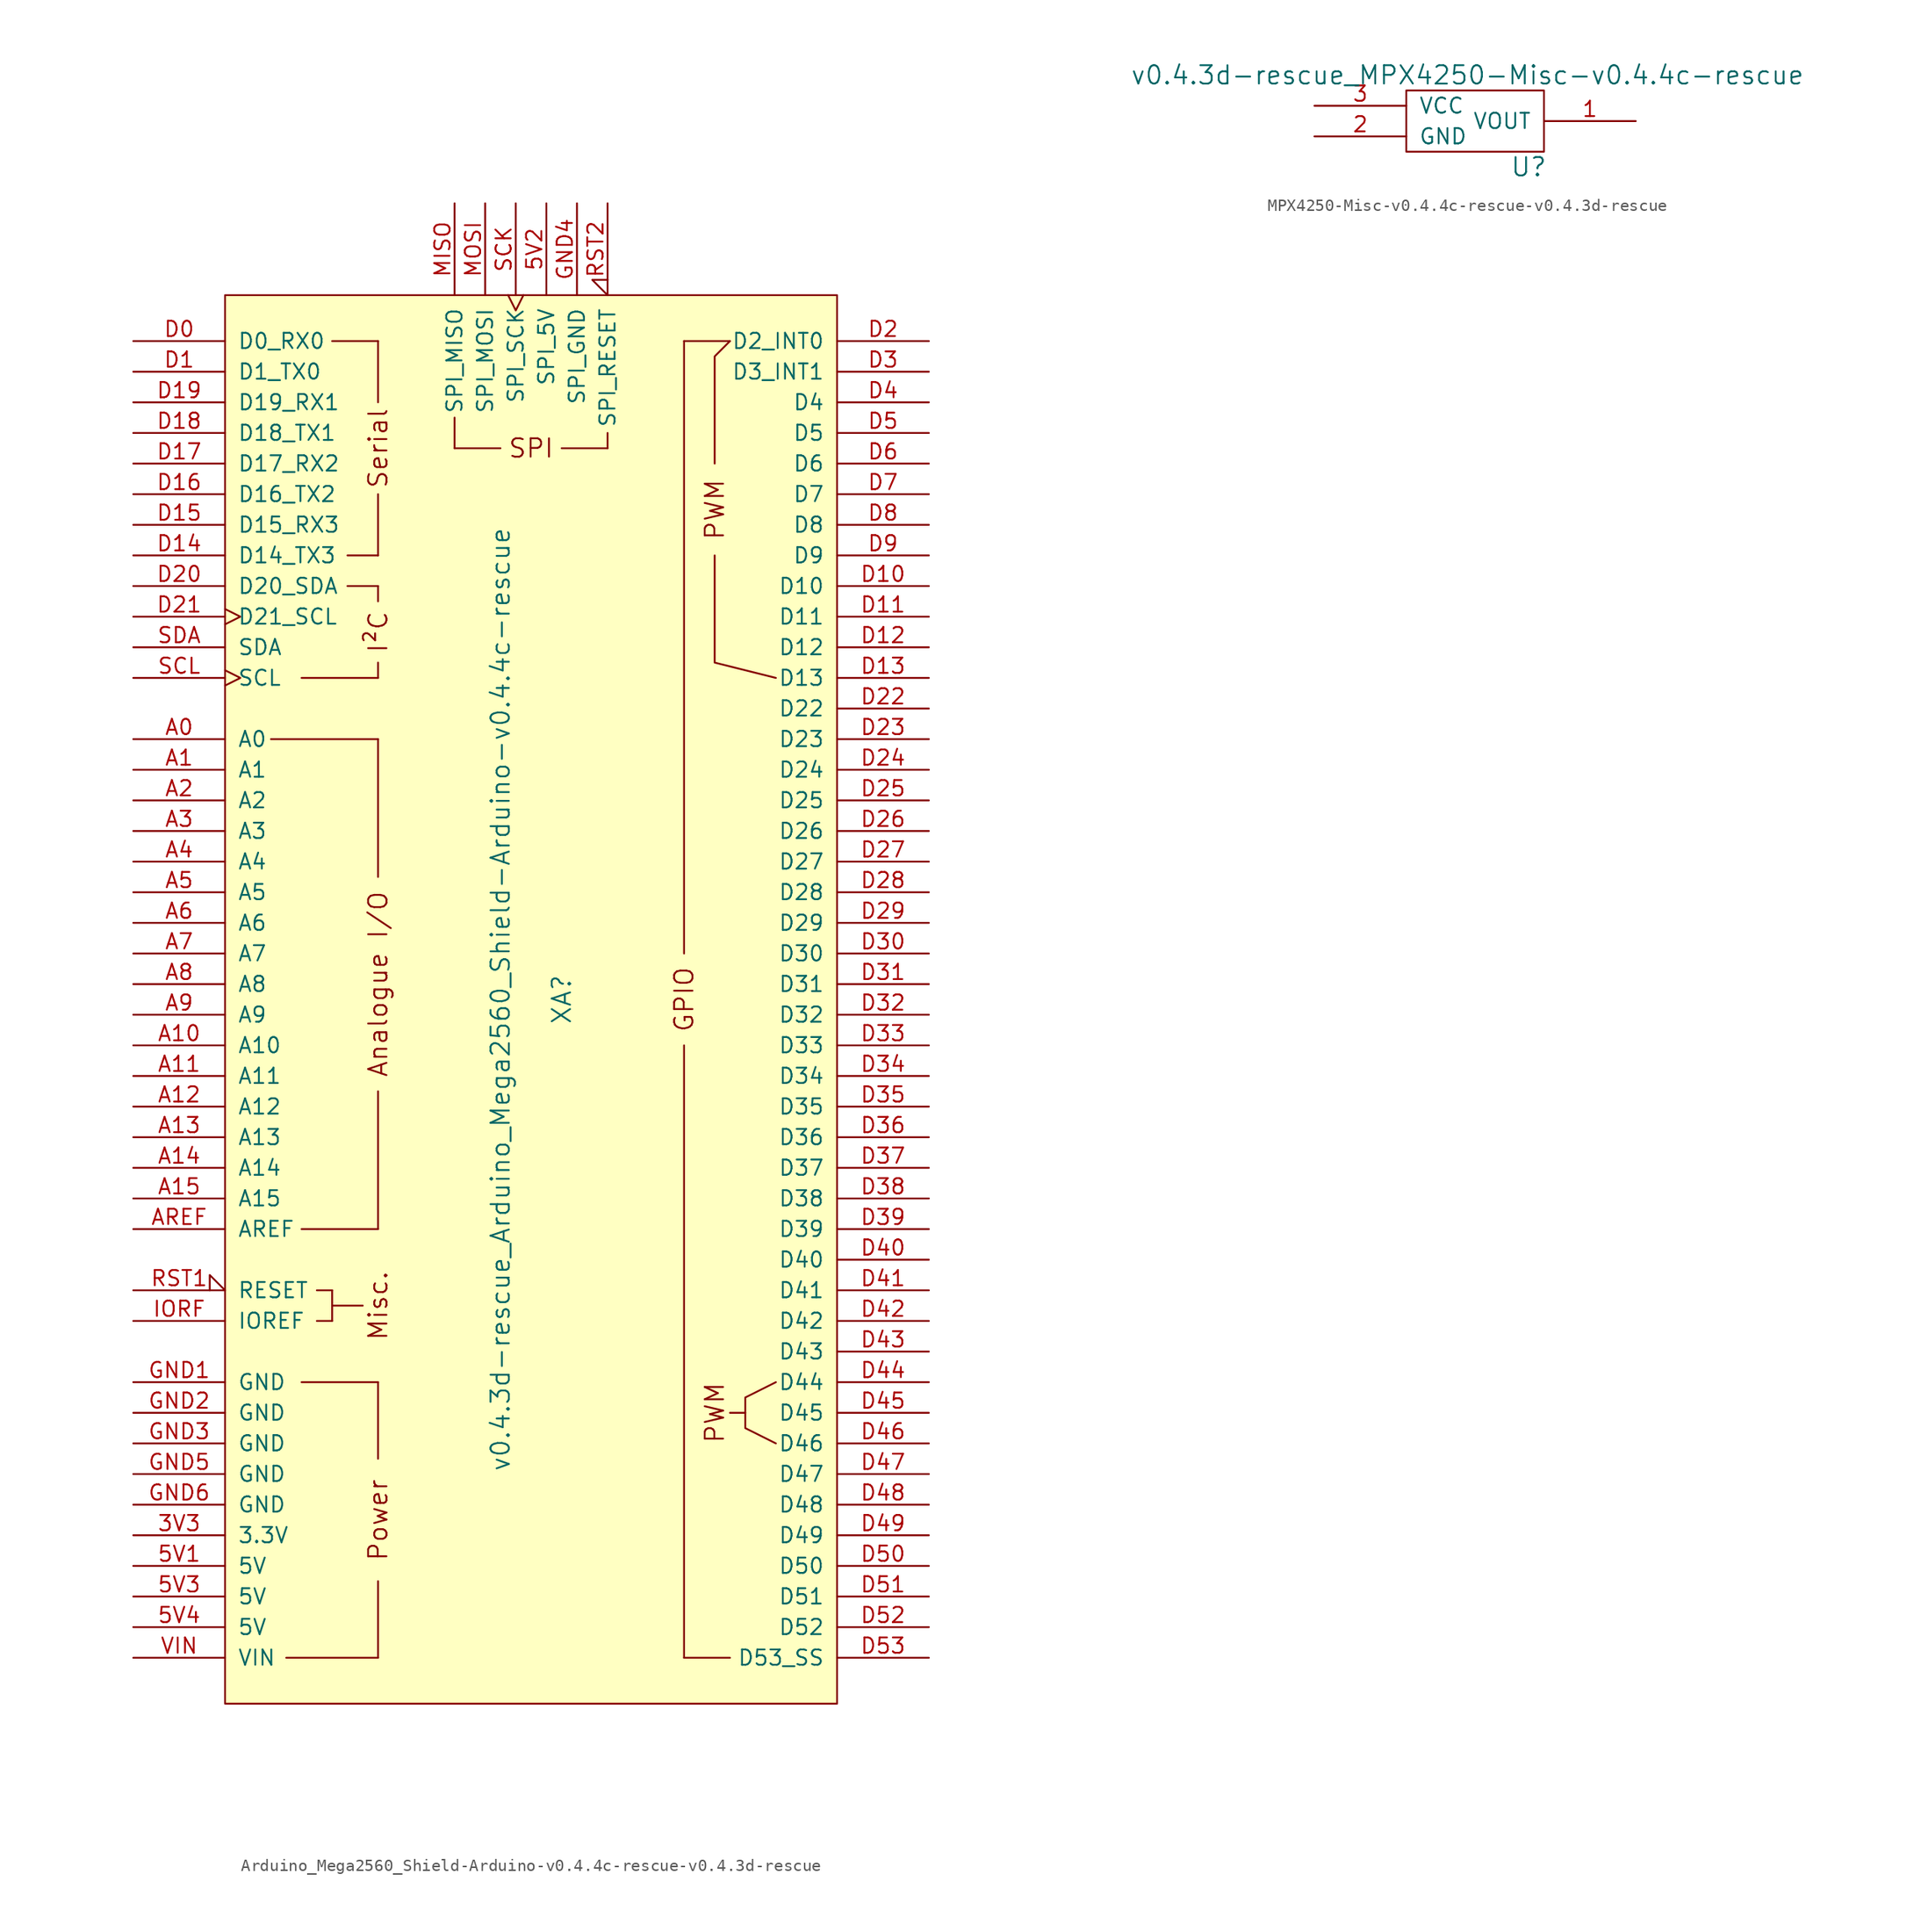
<source format=kicad_sym>
(kicad_symbol_lib
  (version 20220914)
  (generator kicad_symbol_editor)
  (symbol "Arduino_Mega2560_Shield-Arduino-v0.4.4c-rescue-v0.4.3d-rescue"
    (pin_names
      (offset 1.016))
    (property "Reference" "XA"
      (at 2.54 0 90)
      (effects (font (size 1.524 1.524))))
    (property "Value" "v0.4.3d-rescue_Arduino_Mega2560_Shield-Arduino-v0.4.4c-rescue"
      (at -2.54 0 90)
      (effects (font (size 1.524 1.524))))
    (symbol "Arduino_Mega2560_Shield-Arduino-v0.4.4c-rescue-v0.4.3d-rescue_0_0"
      (rectangle (start -25.4 -58.42) (end 25.4 58.42) (stroke (width 0) (type solid)) (fill (type background)))
      (rectangle (start -20.32 -54.61) (end -12.7 -54.61) (stroke (width 0) (type solid)) (fill (type none)))
      (rectangle (start -19.05 -31.75) (end -12.7 -31.75) (stroke (width 0) (type solid)) (fill (type none)))
      (rectangle (start -19.05 -19.05) (end -12.7 -19.05) (stroke (width 0) (type solid)) (fill (type none)))
      (rectangle (start -19.05 26.67) (end -12.7 26.67) (stroke (width 0) (type solid)) (fill (type none)))
      (rectangle (start -17.78 -26.67) (end -16.51 -26.67) (stroke (width 0) (type solid)) (fill (type none)))
      (rectangle (start -17.78 -24.13) (end -16.51 -24.13) (stroke (width 0) (type solid)) (fill (type none)))
      (rectangle (start -16.51 -25.4) (end -13.97 -25.4) (stroke (width 0) (type solid)) (fill (type none)))
      (rectangle (start -16.51 -24.13) (end -16.51 -26.67) (stroke (width 0) (type solid)) (fill (type none)))
      (rectangle (start -16.51 54.61) (end -12.7 54.61) (stroke (width 0) (type solid)) (fill (type none)))
      (rectangle (start -15.24 34.29) (end -12.7 34.29) (stroke (width 0) (type solid)) (fill (type none)))
      (rectangle (start -15.24 36.83) (end -12.7 36.83) (stroke (width 0) (type solid)) (fill (type none)))
      (rectangle (start -12.7 -54.61) (end -12.7 -48.26) (stroke (width 0) (type solid)) (fill (type none)))
      (rectangle (start -12.7 -31.75) (end -12.7 -38.1) (stroke (width 0) (type solid)) (fill (type none)))
      (rectangle (start -12.7 26.67) (end -12.7 27.94) (stroke (width 0) (type solid)) (fill (type none)))
      (rectangle (start -12.7 34.29) (end -12.7 33.02) (stroke (width 0) (type solid)) (fill (type none)))
      (rectangle (start -12.7 41.91) (end -12.7 36.83) (stroke (width 0) (type solid)) (fill (type none)))
      (rectangle (start -12.7 49.53) (end -12.7 54.61) (stroke (width 0) (type solid)) (fill (type none)))
      (rectangle (start -6.35 48.26) (end -6.35 45.72) (stroke (width 0) (type solid)) (fill (type none)))
      (rectangle (start -2.54 45.72) (end -6.35 45.72) (stroke (width 0) (type solid)) (fill (type none)))
      (polyline (pts (xy -21.59 21.59) (xy -12.7 21.59)) (stroke (width 0) (type solid)) (fill (type none)))
      (polyline (pts (xy -12.7 -19.05) (xy -12.7 -7.62)) (stroke (width 0) (type solid)) (fill (type none)))
      (polyline (pts (xy -12.7 10.16) (xy -12.7 21.59)) (stroke (width 0) (type solid)) (fill (type none)))
      (polyline (pts (xy 12.7 -54.61) (xy 16.51 -54.61)) (stroke (width 0) (type solid)) (fill (type none)))
      (polyline (pts (xy 12.7 54.61) (xy 16.51 54.61)) (stroke (width 0) (type solid)) (fill (type none)))
      (polyline (pts (xy 17.78 -34.29) (xy 16.51 -34.29)) (stroke (width 0) (type solid)) (fill (type none)))
      (polyline (pts (xy 15.24 36.83) (xy 15.24 27.94) (xy 20.32 26.67)) (stroke (width 0) (type solid)) (fill (type none)))
      (polyline (pts (xy 15.24 44.45) (xy 15.24 53.34) (xy 16.51 54.61)) (stroke (width 0) (type solid)) (fill (type none)))
      (polyline (pts (xy 20.32 -31.75) (xy 17.78 -33.02) (xy 17.78 -35.56) (xy 20.32 -36.83)) (stroke (width 0) (type solid)) (fill (type none)))
      (rectangle (start 6.35 45.72) (end 2.54 45.72) (stroke (width 0) (type solid)) (fill (type none)))
      (rectangle (start 6.35 46.99) (end 6.35 45.72) (stroke (width 0) (type solid)) (fill (type none)))
      (text "Analogue I/O" (at -12.7 1.27 900) (effects (font (size 1.524 1.524))))
      (text "I²C" (at -12.7 30.48 900) (effects (font (size 1.524 1.524))))
      (text "Misc." (at -12.7 -25.4 900) (effects (font (size 1.524 1.524))))
      (text "Power" (at -12.7 -43.18 900) (effects (font (size 1.524 1.524))))
      (text "PWM" (at 15.24 -34.29 900) (effects (font (size 1.524 1.524))))
      (text "PWM" (at 15.24 40.64 900) (effects (font (size 1.524 1.524))))
      (text "Serial" (at -12.7 45.72 900) (effects (font (size 1.524 1.524))))
      (text "SPI" (at 0 45.72 0) (effects (font (size 1.524 1.524)))))
    (symbol "Arduino_Mega2560_Shield-Arduino-v0.4.4c-rescue-v0.4.3d-rescue_1_0"
      (rectangle (start 12.7 -54.61) (end 12.7 -3.81) (stroke (width 0) (type solid)) (fill (type none)))
      (rectangle (start 12.7 54.61) (end 12.7 3.81) (stroke (width 0) (type solid)) (fill (type none)))
      (text "GPIO" (at 12.7 0 900) (effects (font (size 1.524 1.524)))))
    (symbol "Arduino_Mega2560_Shield-Arduino-v0.4.4c-rescue-v0.4.3d-rescue_1_1"
      (pin power_in line (at -33.02 -44.45 0) (length 7.62) (name "3.3V" (effects (font (size 1.27 1.27)))) (number "3V3" (effects (font (size 1.27 1.27)))))
      (pin power_in line (at -33.02 -46.99 0) (length 7.62) (name "5V" (effects (font (size 1.27 1.27)))) (number "5V1" (effects (font (size 1.27 1.27)))))
      (pin power_in line (at 1.27 66.04 270) (length 7.62) (name "SPI_5V" (effects (font (size 1.27 1.27)))) (number "5V2" (effects (font (size 1.27 1.27)))))
      (pin power_in line (at -33.02 -49.53 0) (length 7.62) (name "5V" (effects (font (size 1.27 1.27)))) (number "5V3" (effects (font (size 1.27 1.27)))))
      (pin power_in line (at -33.02 -52.07 0) (length 7.62) (name "5V" (effects (font (size 1.27 1.27)))) (number "5V4" (effects (font (size 1.27 1.27)))))
      (pin bidirectional line (at -33.02 21.59 0) (length 7.62) (name "A0" (effects (font (size 1.27 1.27)))) (number "A0" (effects (font (size 1.27 1.27)))))
      (pin bidirectional line (at -33.02 19.05 0) (length 7.62) (name "A1" (effects (font (size 1.27 1.27)))) (number "A1" (effects (font (size 1.27 1.27)))))
      (pin bidirectional line (at -33.02 -3.81 0) (length 7.62) (name "A10" (effects (font (size 1.27 1.27)))) (number "A10" (effects (font (size 1.27 1.27)))))
      (pin bidirectional line (at -33.02 -6.35 0) (length 7.62) (name "A11" (effects (font (size 1.27 1.27)))) (number "A11" (effects (font (size 1.27 1.27)))))
      (pin bidirectional line (at -33.02 -8.89 0) (length 7.62) (name "A12" (effects (font (size 1.27 1.27)))) (number "A12" (effects (font (size 1.27 1.27)))))
      (pin bidirectional line (at -33.02 -11.43 0) (length 7.62) (name "A13" (effects (font (size 1.27 1.27)))) (number "A13" (effects (font (size 1.27 1.27)))))
      (pin bidirectional line (at -33.02 -13.97 0) (length 7.62) (name "A14" (effects (font (size 1.27 1.27)))) (number "A14" (effects (font (size 1.27 1.27)))))
      (pin bidirectional line (at -33.02 -16.51 0) (length 7.62) (name "A15" (effects (font (size 1.27 1.27)))) (number "A15" (effects (font (size 1.27 1.27)))))
      (pin bidirectional line (at -33.02 16.51 0) (length 7.62) (name "A2" (effects (font (size 1.27 1.27)))) (number "A2" (effects (font (size 1.27 1.27)))))
      (pin bidirectional line (at -33.02 13.97 0) (length 7.62) (name "A3" (effects (font (size 1.27 1.27)))) (number "A3" (effects (font (size 1.27 1.27)))))
      (pin bidirectional line (at -33.02 11.43 0) (length 7.62) (name "A4" (effects (font (size 1.27 1.27)))) (number "A4" (effects (font (size 1.27 1.27)))))
      (pin bidirectional line (at -33.02 8.89 0) (length 7.62) (name "A5" (effects (font (size 1.27 1.27)))) (number "A5" (effects (font (size 1.27 1.27)))))
      (pin bidirectional line (at -33.02 6.35 0) (length 7.62) (name "A6" (effects (font (size 1.27 1.27)))) (number "A6" (effects (font (size 1.27 1.27)))))
      (pin bidirectional line (at -33.02 3.81 0) (length 7.62) (name "A7" (effects (font (size 1.27 1.27)))) (number "A7" (effects (font (size 1.27 1.27)))))
      (pin bidirectional line (at -33.02 1.27 0) (length 7.62) (name "A8" (effects (font (size 1.27 1.27)))) (number "A8" (effects (font (size 1.27 1.27)))))
      (pin bidirectional line (at -33.02 -1.27 0) (length 7.62) (name "A9" (effects (font (size 1.27 1.27)))) (number "A9" (effects (font (size 1.27 1.27)))))
      (pin input line (at -33.02 -19.05 0) (length 7.62) (name "AREF" (effects (font (size 1.27 1.27)))) (number "AREF" (effects (font (size 1.27 1.27)))))
      (pin bidirectional line (at -33.02 54.61 0) (length 7.62) (name "D0_RX0" (effects (font (size 1.27 1.27)))) (number "D0" (effects (font (size 1.27 1.27)))))
      (pin bidirectional line (at -33.02 52.07 0) (length 7.62) (name "D1_TX0" (effects (font (size 1.27 1.27)))) (number "D1" (effects (font (size 1.27 1.27)))))
      (pin bidirectional line (at 33.02 34.29 180) (length 7.62) (name "D10" (effects (font (size 1.27 1.27)))) (number "D10" (effects (font (size 1.27 1.27)))))
      (pin bidirectional line (at 33.02 31.75 180) (length 7.62) (name "D11" (effects (font (size 1.27 1.27)))) (number "D11" (effects (font (size 1.27 1.27)))))
      (pin bidirectional line (at 33.02 29.21 180) (length 7.62) (name "D12" (effects (font (size 1.27 1.27)))) (number "D12" (effects (font (size 1.27 1.27)))))
      (pin bidirectional line (at 33.02 26.67 180) (length 7.62) (name "D13" (effects (font (size 1.27 1.27)))) (number "D13" (effects (font (size 1.27 1.27)))))
      (pin bidirectional line (at -33.02 36.83 0) (length 7.62) (name "D14_TX3" (effects (font (size 1.27 1.27)))) (number "D14" (effects (font (size 1.27 1.27)))))
      (pin bidirectional line (at -33.02 39.37 0) (length 7.62) (name "D15_RX3" (effects (font (size 1.27 1.27)))) (number "D15" (effects (font (size 1.27 1.27)))))
      (pin bidirectional line (at -33.02 41.91 0) (length 7.62) (name "D16_TX2" (effects (font (size 1.27 1.27)))) (number "D16" (effects (font (size 1.27 1.27)))))
      (pin bidirectional line (at -33.02 44.45 0) (length 7.62) (name "D17_RX2" (effects (font (size 1.27 1.27)))) (number "D17" (effects (font (size 1.27 1.27)))))
      (pin bidirectional line (at -33.02 46.99 0) (length 7.62) (name "D18_TX1" (effects (font (size 1.27 1.27)))) (number "D18" (effects (font (size 1.27 1.27)))))
      (pin bidirectional line (at -33.02 49.53 0) (length 7.62) (name "D19_RX1" (effects (font (size 1.27 1.27)))) (number "D19" (effects (font (size 1.27 1.27)))))
      (pin bidirectional line (at 33.02 54.61 180) (length 7.62) (name "D2_INT0" (effects (font (size 1.27 1.27)))) (number "D2" (effects (font (size 1.27 1.27)))))
      (pin bidirectional line (at -33.02 34.29 0) (length 7.62) (name "D20_SDA" (effects (font (size 1.27 1.27)))) (number "D20" (effects (font (size 1.27 1.27)))))
      (pin bidirectional clock (at -33.02 31.75 0) (length 7.62) (name "D21_SCL" (effects (font (size 1.27 1.27)))) (number "D21" (effects (font (size 1.27 1.27)))))
      (pin bidirectional line (at 33.02 24.13 180) (length 7.62) (name "D22" (effects (font (size 1.27 1.27)))) (number "D22" (effects (font (size 1.27 1.27)))))
      (pin bidirectional line (at 33.02 21.59 180) (length 7.62) (name "D23" (effects (font (size 1.27 1.27)))) (number "D23" (effects (font (size 1.27 1.27)))))
      (pin bidirectional line (at 33.02 19.05 180) (length 7.62) (name "D24" (effects (font (size 1.27 1.27)))) (number "D24" (effects (font (size 1.27 1.27)))))
      (pin bidirectional line (at 33.02 16.51 180) (length 7.62) (name "D25" (effects (font (size 1.27 1.27)))) (number "D25" (effects (font (size 1.27 1.27)))))
      (pin bidirectional line (at 33.02 13.97 180) (length 7.62) (name "D26" (effects (font (size 1.27 1.27)))) (number "D26" (effects (font (size 1.27 1.27)))))
      (pin bidirectional line (at 33.02 11.43 180) (length 7.62) (name "D27" (effects (font (size 1.27 1.27)))) (number "D27" (effects (font (size 1.27 1.27)))))
      (pin bidirectional line (at 33.02 8.89 180) (length 7.62) (name "D28" (effects (font (size 1.27 1.27)))) (number "D28" (effects (font (size 1.27 1.27)))))
      (pin bidirectional line (at 33.02 6.35 180) (length 7.62) (name "D29" (effects (font (size 1.27 1.27)))) (number "D29" (effects (font (size 1.27 1.27)))))
      (pin bidirectional line (at 33.02 52.07 180) (length 7.62) (name "D3_INT1" (effects (font (size 1.27 1.27)))) (number "D3" (effects (font (size 1.27 1.27)))))
      (pin bidirectional line (at 33.02 3.81 180) (length 7.62) (name "D30" (effects (font (size 1.27 1.27)))) (number "D30" (effects (font (size 1.27 1.27)))))
      (pin bidirectional line (at 33.02 1.27 180) (length 7.62) (name "D31" (effects (font (size 1.27 1.27)))) (number "D31" (effects (font (size 1.27 1.27)))))
      (pin bidirectional line (at 33.02 -1.27 180) (length 7.62) (name "D32" (effects (font (size 1.27 1.27)))) (number "D32" (effects (font (size 1.27 1.27)))))
      (pin bidirectional line (at 33.02 -3.81 180) (length 7.62) (name "D33" (effects (font (size 1.27 1.27)))) (number "D33" (effects (font (size 1.27 1.27)))))
      (pin bidirectional line (at 33.02 -6.35 180) (length 7.62) (name "D34" (effects (font (size 1.27 1.27)))) (number "D34" (effects (font (size 1.27 1.27)))))
      (pin bidirectional line (at 33.02 -8.89 180) (length 7.62) (name "D35" (effects (font (size 1.27 1.27)))) (number "D35" (effects (font (size 1.27 1.27)))))
      (pin bidirectional line (at 33.02 -11.43 180) (length 7.62) (name "D36" (effects (font (size 1.27 1.27)))) (number "D36" (effects (font (size 1.27 1.27)))))
      (pin bidirectional line (at 33.02 -13.97 180) (length 7.62) (name "D37" (effects (font (size 1.27 1.27)))) (number "D37" (effects (font (size 1.27 1.27)))))
      (pin bidirectional line (at 33.02 -16.51 180) (length 7.62) (name "D38" (effects (font (size 1.27 1.27)))) (number "D38" (effects (font (size 1.27 1.27)))))
      (pin bidirectional line (at 33.02 -19.05 180) (length 7.62) (name "D39" (effects (font (size 1.27 1.27)))) (number "D39" (effects (font (size 1.27 1.27)))))
      (pin bidirectional line (at 33.02 49.53 180) (length 7.62) (name "D4" (effects (font (size 1.27 1.27)))) (number "D4" (effects (font (size 1.27 1.27)))))
      (pin bidirectional line (at 33.02 -21.59 180) (length 7.62) (name "D40" (effects (font (size 1.27 1.27)))) (number "D40" (effects (font (size 1.27 1.27)))))
      (pin bidirectional line (at 33.02 -24.13 180) (length 7.62) (name "D41" (effects (font (size 1.27 1.27)))) (number "D41" (effects (font (size 1.27 1.27)))))
      (pin bidirectional line (at 33.02 -26.67 180) (length 7.62) (name "D42" (effects (font (size 1.27 1.27)))) (number "D42" (effects (font (size 1.27 1.27)))))
      (pin bidirectional line (at 33.02 -29.21 180) (length 7.62) (name "D43" (effects (font (size 1.27 1.27)))) (number "D43" (effects (font (size 1.27 1.27)))))
      (pin bidirectional line (at 33.02 -31.75 180) (length 7.62) (name "D44" (effects (font (size 1.27 1.27)))) (number "D44" (effects (font (size 1.27 1.27)))))
      (pin bidirectional line (at 33.02 -34.29 180) (length 7.62) (name "D45" (effects (font (size 1.27 1.27)))) (number "D45" (effects (font (size 1.27 1.27)))))
      (pin bidirectional line (at 33.02 -36.83 180) (length 7.62) (name "D46" (effects (font (size 1.27 1.27)))) (number "D46" (effects (font (size 1.27 1.27)))))
      (pin bidirectional line (at 33.02 -39.37 180) (length 7.62) (name "D47" (effects (font (size 1.27 1.27)))) (number "D47" (effects (font (size 1.27 1.27)))))
      (pin bidirectional line (at 33.02 -41.91 180) (length 7.62) (name "D48" (effects (font (size 1.27 1.27)))) (number "D48" (effects (font (size 1.27 1.27)))))
      (pin bidirectional line (at 33.02 -44.45 180) (length 7.62) (name "D49" (effects (font (size 1.27 1.27)))) (number "D49" (effects (font (size 1.27 1.27)))))
      (pin bidirectional line (at 33.02 46.99 180) (length 7.62) (name "D5" (effects (font (size 1.27 1.27)))) (number "D5" (effects (font (size 1.27 1.27)))))
      (pin bidirectional line (at 33.02 -46.99 180) (length 7.62) (name "D50" (effects (font (size 1.27 1.27)))) (number "D50" (effects (font (size 1.27 1.27)))))
      (pin bidirectional line (at 33.02 -49.53 180) (length 7.62) (name "D51" (effects (font (size 1.27 1.27)))) (number "D51" (effects (font (size 1.27 1.27)))))
      (pin bidirectional line (at 33.02 -52.07 180) (length 7.62) (name "D52" (effects (font (size 1.27 1.27)))) (number "D52" (effects (font (size 1.27 1.27)))))
      (pin bidirectional line (at 33.02 -54.61 180) (length 7.62) (name "D53_SS" (effects (font (size 1.27 1.27)))) (number "D53" (effects (font (size 1.27 1.27)))))
      (pin bidirectional line (at 33.02 44.45 180) (length 7.62) (name "D6" (effects (font (size 1.27 1.27)))) (number "D6" (effects (font (size 1.27 1.27)))))
      (pin bidirectional line (at 33.02 41.91 180) (length 7.62) (name "D7" (effects (font (size 1.27 1.27)))) (number "D7" (effects (font (size 1.27 1.27)))))
      (pin bidirectional line (at 33.02 39.37 180) (length 7.62) (name "D8" (effects (font (size 1.27 1.27)))) (number "D8" (effects (font (size 1.27 1.27)))))
      (pin bidirectional line (at 33.02 36.83 180) (length 7.62) (name "D9" (effects (font (size 1.27 1.27)))) (number "D9" (effects (font (size 1.27 1.27)))))
      (pin power_in line (at -33.02 -31.75 0) (length 7.62) (name "GND" (effects (font (size 1.27 1.27)))) (number "GND1" (effects (font (size 1.27 1.27)))))
      (pin power_in line (at -33.02 -34.29 0) (length 7.62) (name "GND" (effects (font (size 1.27 1.27)))) (number "GND2" (effects (font (size 1.27 1.27)))))
      (pin power_in line (at -33.02 -36.83 0) (length 7.62) (name "GND" (effects (font (size 1.27 1.27)))) (number "GND3" (effects (font (size 1.27 1.27)))))
      (pin power_in line (at 3.81 66.04 270) (length 7.62) (name "SPI_GND" (effects (font (size 1.27 1.27)))) (number "GND4" (effects (font (size 1.27 1.27)))))
      (pin power_in line (at -33.02 -39.37 0) (length 7.62) (name "GND" (effects (font (size 1.27 1.27)))) (number "GND5" (effects (font (size 1.27 1.27)))))
      (pin power_in line (at -33.02 -41.91 0) (length 7.62) (name "GND" (effects (font (size 1.27 1.27)))) (number "GND6" (effects (font (size 1.27 1.27)))))
      (pin output line (at -33.02 -26.67 0) (length 7.62) (name "IOREF" (effects (font (size 1.27 1.27)))) (number "IORF" (effects (font (size 1.27 1.27)))))
      (pin input line (at -6.35 66.04 270) (length 7.62) (name "SPI_MISO" (effects (font (size 1.27 1.27)))) (number "MISO" (effects (font (size 1.27 1.27)))))
      (pin output line (at -3.81 66.04 270) (length 7.62) (name "SPI_MOSI" (effects (font (size 1.27 1.27)))) (number "MOSI" (effects (font (size 1.27 1.27)))))
      (pin open_collector input_low (at -33.02 -24.13 0) (length 7.62) (name "RESET" (effects (font (size 1.27 1.27)))) (number "RST1" (effects (font (size 1.27 1.27)))))
      (pin open_collector input_low (at 6.35 66.04 270) (length 7.62) (name "SPI_RESET" (effects (font (size 1.27 1.27)))) (number "RST2" (effects (font (size 1.27 1.27)))))
      (pin output clock (at -1.27 66.04 270) (length 7.62) (name "SPI_SCK" (effects (font (size 1.27 1.27)))) (number "SCK" (effects (font (size 1.27 1.27)))))
      (pin bidirectional clock (at -33.02 26.67 0) (length 7.62) (name "SCL" (effects (font (size 1.27 1.27)))) (number "SCL" (effects (font (size 1.27 1.27)))))
      (pin bidirectional line (at -33.02 29.21 0) (length 7.62) (name "SDA" (effects (font (size 1.27 1.27)))) (number "SDA" (effects (font (size 1.27 1.27)))))
      (pin power_in line (at -33.02 -54.61 0) (length 7.62) (name "VIN" (effects (font (size 1.27 1.27)))) (number "VIN" (effects (font (size 1.27 1.27)))))))
  (symbol "MPX4250-Misc-v0.4.4c-rescue-v0.4.3d-rescue"
    (pin_names
      (offset 1.016))
    (property "Reference" "U"
      (at 3.81 -3.81 0)
      (effects (font (size 1.524 1.524))))
    (property "Value" "v0.4.3d-rescue_MPX4250-Misc-v0.4.4c-rescue"
      (at -1.27 3.81 0)
      (effects (font (size 1.524 1.524))))
    (property "Footprint" ""
      (at -1.27 0 0)
      (effects (font (size 1.524 1.524))))
    (property "Datasheet" ""
      (at -1.27 0 0)
      (effects (font (size 1.524 1.524))))
    (symbol "MPX4250-Misc-v0.4.4c-rescue-v0.4.3d-rescue_0_1"
      (rectangle (start -6.35 2.54) (end 5.08 -2.54) (stroke (width 0) (type solid)) (fill (type none))))
    (symbol "MPX4250-Misc-v0.4.4c-rescue-v0.4.3d-rescue_1_1"
      (pin output line (at 12.7 0 180) (length 7.62) (name "VOUT" (effects (font (size 1.27 1.27)))) (number "1" (effects (font (size 1.27 1.27)))))
      (pin power_in line (at -13.97 -1.27 0) (length 7.62) (name "GND" (effects (font (size 1.27 1.27)))) (number "2" (effects (font (size 1.27 1.27)))))
      (pin power_in line (at -13.97 1.27 0) (length 7.62) (name "VCC" (effects (font (size 1.27 1.27)))) (number "3" (effects (font (size 1.27 1.27))))))))
</source>
